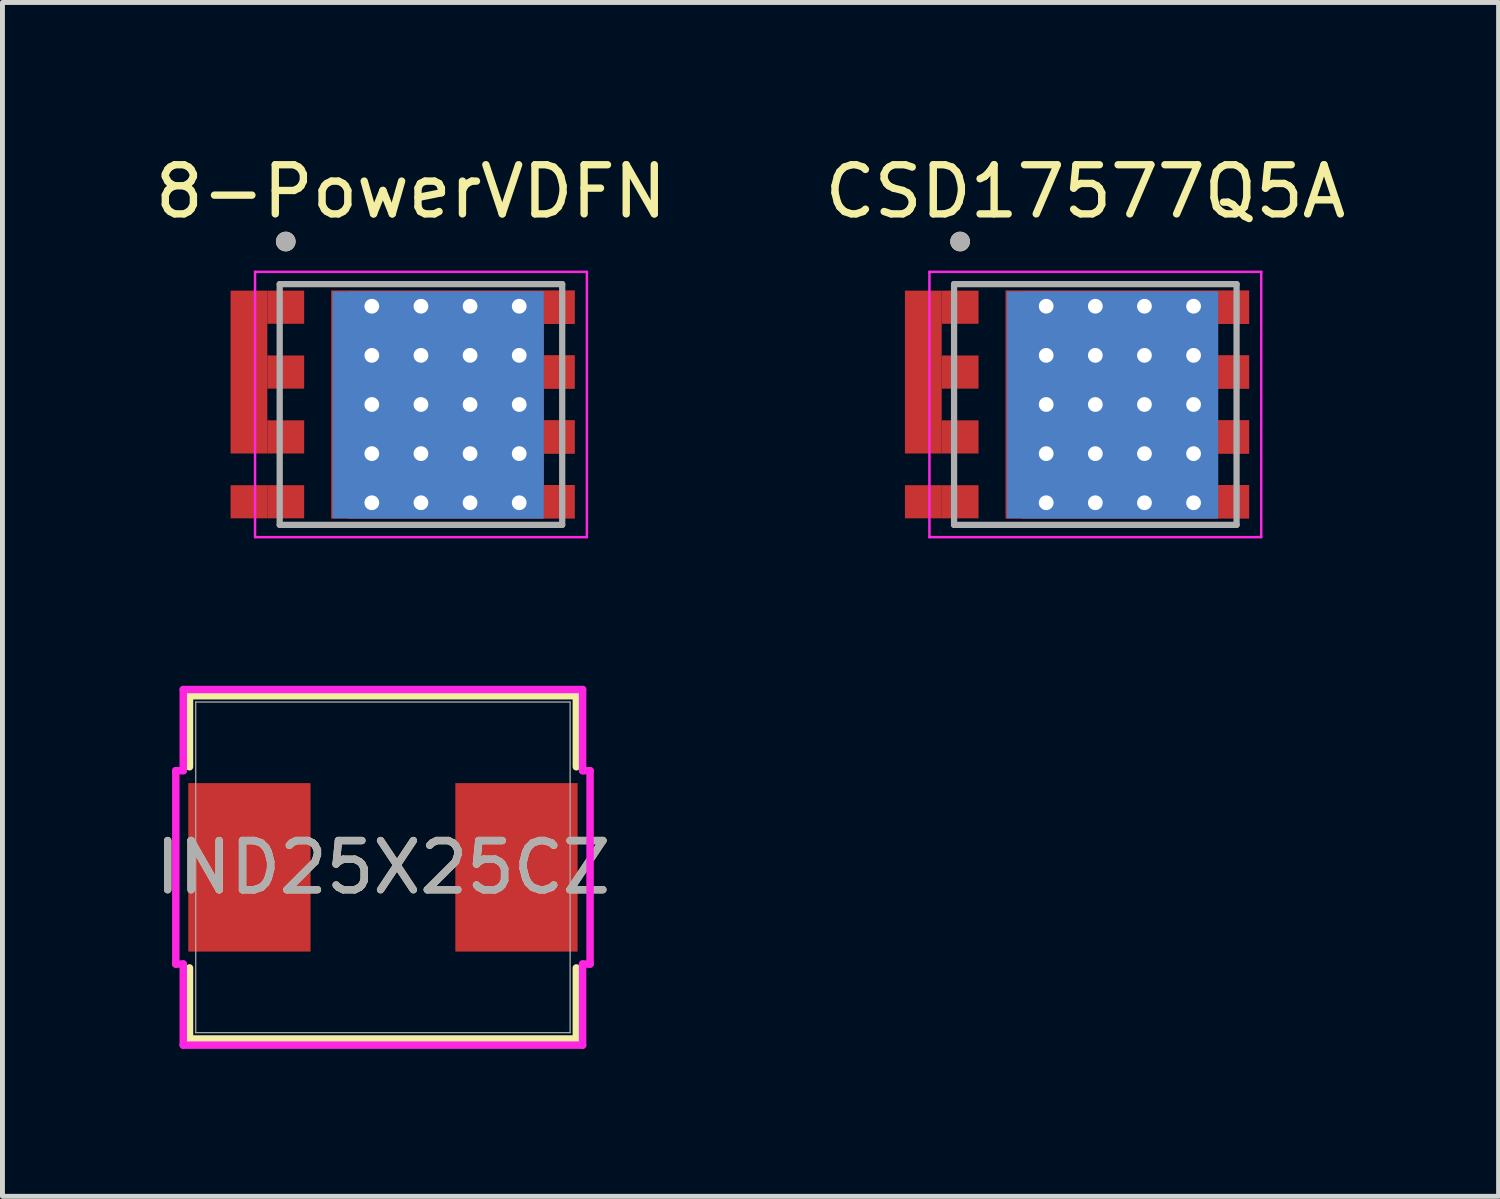
<source format=kicad_pcb>
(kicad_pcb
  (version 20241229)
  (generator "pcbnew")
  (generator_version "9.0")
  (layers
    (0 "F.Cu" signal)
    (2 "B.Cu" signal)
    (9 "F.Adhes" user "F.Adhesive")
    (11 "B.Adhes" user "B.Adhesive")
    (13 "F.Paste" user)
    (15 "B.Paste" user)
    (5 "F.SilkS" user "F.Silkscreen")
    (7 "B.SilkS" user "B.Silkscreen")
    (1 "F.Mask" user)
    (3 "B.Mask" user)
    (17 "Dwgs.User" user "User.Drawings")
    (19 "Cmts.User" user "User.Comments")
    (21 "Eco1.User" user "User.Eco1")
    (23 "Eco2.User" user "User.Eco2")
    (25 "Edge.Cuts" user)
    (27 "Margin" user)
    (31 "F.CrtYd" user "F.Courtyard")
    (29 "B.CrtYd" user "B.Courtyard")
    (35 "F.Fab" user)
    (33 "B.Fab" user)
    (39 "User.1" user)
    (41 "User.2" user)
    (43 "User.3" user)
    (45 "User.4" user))
  (footprint "8-PowerVDFN"
    (layer "F.Cu")
    (at 5.518 5.183)
    (property "Reference" "8-PowerVDFN" (at -0.203 -4.335 0) (layer "F.SilkS") (effects (font (size 1 1) (thickness 0.15))))
    (attr smd)
    (fp_poly (pts (xy -1.923 -2.417) (xy -1.923 2.417) (xy 3.228 2.417) (xy 3.228 1.542) (xy 2.572 1.542) (xy 2.572 1.097) (xy 3.228 1.097) (xy 3.228 0.223) (xy 2.572 0.223) (xy 2.572 -0.223) (xy 3.228 -0.223) (xy 3.228 -1.097) (xy 2.572 -1.097) (xy 2.572 -1.542) (xy 3.228 -1.542) (xy 3.228 -2.417)) (stroke (width 0.01) (type solid)) (fill yes) (layer "F.Mask"))
    (fp_circle (center -2.752 -3.317) (end -2.652 -3.317) (stroke (width 0.2) (type solid)) (fill no) (layer "F.SilkS"))
    (fp_poly (pts (xy -1.28 -1.775) (xy 0.05 -1.775) (xy 0.05 -0.275) (xy -1.28 -0.275)) (stroke (width 0.01) (type solid)) (fill yes) (layer "F.Paste"))
    (fp_poly (pts (xy -1.28 0.275) (xy 0.05 0.275) (xy 0.05 1.775) (xy -1.28 1.775)) (stroke (width 0.01) (type solid)) (fill yes) (layer "F.Paste"))
    (fp_poly (pts (xy 0.6 -1.775) (xy 1.93 -1.775) (xy 1.93 -0.275) (xy 0.6 -0.275)) (stroke (width 0.01) (type solid)) (fill yes) (layer "F.Paste"))
    (fp_poly (pts (xy 0.6 0.275) (xy 1.93 0.275) (xy 1.93 1.775) (xy 0.6 1.775)) (stroke (width 0.01) (type solid)) (fill yes) (layer "F.Paste"))
    (fp_poly (pts (xy 2.478 -2.317) (xy 3.127 -2.317) (xy 3.127 -1.643) (xy 2.478 -1.643)) (stroke (width 0.01) (type solid)) (fill yes) (layer "F.Paste"))
    (fp_poly (pts (xy 2.478 -0.998) (xy 3.127 -0.998) (xy 3.127 -0.323) (xy 2.478 -0.323)) (stroke (width 0.01) (type solid)) (fill yes) (layer "F.Paste"))
    (fp_poly (pts (xy 2.478 0.323) (xy 3.127 0.323) (xy 3.127 0.998) (xy 2.478 0.998)) (stroke (width 0.01) (type solid)) (fill yes) (layer "F.Paste"))
    (fp_poly (pts (xy 2.48 1.643) (xy 3.127 1.643) (xy 3.127 2.317) (xy 2.48 2.317)) (stroke (width 0.01) (type solid)) (fill yes) (layer "F.Paste"))
    (fp_line (start -3.377 -2.7) (end -3.377 2.7) (stroke (width 0.05) (type solid)) (layer "F.CrtYd"))
    (fp_line (start -3.377 2.7) (end 3.377 2.7) (stroke (width 0.05) (type solid)) (layer "F.CrtYd"))
    (fp_line (start 3.377 -2.7) (end -3.377 -2.7) (stroke (width 0.05) (type solid)) (layer "F.CrtYd"))
    (fp_line (start 3.377 2.7) (end 3.377 -2.7) (stroke (width 0.05) (type solid)) (layer "F.CrtYd"))
    (fp_line (start -2.875 -2.45) (end -2.875 2.45) (stroke (width 0.127) (type solid)) (layer "F.Fab"))
    (fp_line (start -2.875 2.45) (end 2.875 2.45) (stroke (width 0.127) (type solid)) (layer "F.Fab"))
    (fp_line (start 2.875 -2.45) (end -2.875 -2.45) (stroke (width 0.127) (type solid)) (layer "F.Fab"))
    (fp_line (start 2.875 2.45) (end 2.875 -2.45) (stroke (width 0.127) (type solid)) (layer "F.Fab"))
    (fp_circle (center -2.752 -3.317) (end -2.652 -3.317) (stroke (width 0.2) (type solid)) (fill no) (layer "F.Fab"))
    (pad "1" smd custom (at -3.501 -0.66) (size 0.748 3.315) (layers "F.Cu" "F.Paste") (options (anchor rect)) (primitives))
    (pad "1" smd custom (at -2.752 -1.98) (size 0.75 0.675) (layers "F.Cu" "F.Mask" "F.Paste") (options (anchor rect)) (primitives))
    (pad "1" smd custom (at -2.752 -0.66) (size 0.75 0.675) (layers "F.Cu" "F.Mask" "F.Paste") (options (anchor rect)) (primitives))
    (pad "1" smd custom (at -2.752 0.66) (size 0.75 0.675) (layers "F.Cu" "F.Mask" "F.Paste") (options (anchor rect)) (primitives))
    (pad "4" smd rect (at -3.5 1.98) (size 0.75 0.675) (layers "F.Cu" "F.Paste"))
    (pad "4" smd rect (at -2.752 1.98) (size 0.75 0.675) (layers "F.Cu" "F.Mask" "F.Paste"))
    (pad "5" thru_hole rect (at -1 -2) (size 1 0.8) (drill 0.3 (offset 0 0.1)) (property pad_prop_heatsink) (layers "*.Cu"))
    (pad "5" thru_hole rect (at -1 -1) (size 1 1) (drill 0.3) (property pad_prop_heatsink) (layers "*.Cu"))
    (pad "5" thru_hole rect (at -1 0) (size 1 1) (drill 0.3) (property pad_prop_heatsink) (layers "*.Cu"))
    (pad "5" thru_hole rect (at -1 1) (size 1 1) (drill 0.3) (property pad_prop_heatsink) (layers "*.Cu"))
    (pad "5" thru_hole rect (at -1 2) (size 1 0.818) (drill 0.3 (offset 0 -0.091)) (property pad_prop_heatsink) (layers "*.Cu"))
    (pad "5" thru_hole rect (at 0 -2) (size 1 0.8) (drill 0.3 (offset 0 0.1)) (property pad_prop_heatsink) (layers "*.Cu"))
    (pad "5" thru_hole rect (at 0 -1) (size 1 1) (drill 0.3) (property pad_prop_heatsink) (layers "*.Cu"))
    (pad "5" smd custom (at 0 0) (size 0.75 0.675) (layers "F.Cu") (options (anchor rect)) (primitives (gr_poly (pts (xy 3.127 -2.317) (xy -1.823 -2.317) (xy -1.823 2.317) (xy 3.127 2.317) (xy 3.127 1.643) (xy 2.473 1.643) (xy 2.473 0.998) (xy 3.127 0.998) (xy 3.127 0.323) (xy 2.473 0.323) (xy 2.473 -0.323) (xy 3.127 -0.323) (xy 3.127 -0.998) (xy 2.473 -0.998) (xy 2.473 -1.643) (xy 3.127 -1.643)) (width 0.01) (fill yes))))
    (pad "5" thru_hole rect (at 0 0) (size 1 1) (drill 0.3) (property pad_prop_heatsink) (layers "*.Cu"))
    (pad "5" thru_hole rect (at 0 1) (size 1 1) (drill 0.3) (property pad_prop_heatsink) (layers "*.Cu"))
    (pad "5" thru_hole rect (at 0 2) (size 1 0.818) (drill 0.3 (offset 0 -0.091)) (property pad_prop_heatsink) (layers "*.Cu"))
    (pad "5" smd rect (at 0.34 0.009) (size 4.28 4.617) (property pad_prop_heatsink) (layers "B.Cu" "B.Mask"))
    (pad "5" thru_hole rect (at 1 -2) (size 1 0.8) (drill 0.3 (offset 0 0.1)) (property pad_prop_heatsink) (layers "*.Cu"))
    (pad "5" thru_hole rect (at 1 -1) (size 1 1) (drill 0.3) (property pad_prop_heatsink) (layers "*.Cu"))
    (pad "5" thru_hole rect (at 1 0) (size 1 1) (drill 0.3) (property pad_prop_heatsink) (layers "*.Cu"))
    (pad "5" thru_hole rect (at 1 1) (size 1 1) (drill 0.3) (property pad_prop_heatsink) (layers "*.Cu"))
    (pad "5" thru_hole rect (at 1 2) (size 1 0.818) (drill 0.3 (offset 0 -0.091)) (property pad_prop_heatsink) (layers "*.Cu"))
    (pad "5" thru_hole rect (at 2 -2) (size 1 0.8) (drill 0.3 (offset 0 0.1)) (property pad_prop_heatsink) (layers "*.Cu"))
    (pad "5" thru_hole rect (at 2 -1) (size 1 1) (drill 0.3) (property pad_prop_heatsink) (layers "*.Cu"))
    (pad "5" thru_hole rect (at 2 0) (size 1 1) (drill 0.3) (property pad_prop_heatsink) (layers "*.Cu"))
    (pad "5" thru_hole rect (at 2 1) (size 1 1) (drill 0.3) (property pad_prop_heatsink) (layers "*.Cu"))
    (pad "5" thru_hole rect (at 2 2) (size 1 0.818) (drill 0.3 (offset 0 -0.091)) (property pad_prop_heatsink) (layers "*.Cu")))
  (footprint "CSD17577Q5A"
    (layer "F.Cu")
    (at 19.244 5.183)
    (property "Reference" "CSD17577Q5A" (at -0.203 -4.335 0) (layer "F.SilkS") (effects (font (size 1 1) (thickness 0.15))))
    (attr smd)
    (fp_poly (pts (xy -1.923 -2.417) (xy -1.923 2.417) (xy 3.228 2.417) (xy 3.228 1.542) (xy 2.572 1.542) (xy 2.572 1.097) (xy 3.228 1.097) (xy 3.228 0.223) (xy 2.572 0.223) (xy 2.572 -0.223) (xy 3.228 -0.223) (xy 3.228 -1.097) (xy 2.572 -1.097) (xy 2.572 -1.542) (xy 3.228 -1.542) (xy 3.228 -2.417)) (stroke (width 0.01) (type solid)) (fill yes) (layer "F.Mask"))
    (fp_circle (center -2.752 -3.317) (end -2.652 -3.317) (stroke (width 0.2) (type solid)) (fill no) (layer "F.SilkS"))
    (fp_poly (pts (xy -1.28 -1.775) (xy 0.05 -1.775) (xy 0.05 -0.275) (xy -1.28 -0.275)) (stroke (width 0.01) (type solid)) (fill yes) (layer "F.Paste"))
    (fp_poly (pts (xy -1.28 0.275) (xy 0.05 0.275) (xy 0.05 1.775) (xy -1.28 1.775)) (stroke (width 0.01) (type solid)) (fill yes) (layer "F.Paste"))
    (fp_poly (pts (xy 0.6 -1.775) (xy 1.93 -1.775) (xy 1.93 -0.275) (xy 0.6 -0.275)) (stroke (width 0.01) (type solid)) (fill yes) (layer "F.Paste"))
    (fp_poly (pts (xy 0.6 0.275) (xy 1.93 0.275) (xy 1.93 1.775) (xy 0.6 1.775)) (stroke (width 0.01) (type solid)) (fill yes) (layer "F.Paste"))
    (fp_poly (pts (xy 2.478 -2.317) (xy 3.127 -2.317) (xy 3.127 -1.643) (xy 2.478 -1.643)) (stroke (width 0.01) (type solid)) (fill yes) (layer "F.Paste"))
    (fp_poly (pts (xy 2.478 -0.998) (xy 3.127 -0.998) (xy 3.127 -0.323) (xy 2.478 -0.323)) (stroke (width 0.01) (type solid)) (fill yes) (layer "F.Paste"))
    (fp_poly (pts (xy 2.478 0.323) (xy 3.127 0.323) (xy 3.127 0.998) (xy 2.478 0.998)) (stroke (width 0.01) (type solid)) (fill yes) (layer "F.Paste"))
    (fp_poly (pts (xy 2.48 1.643) (xy 3.127 1.643) (xy 3.127 2.317) (xy 2.48 2.317)) (stroke (width 0.01) (type solid)) (fill yes) (layer "F.Paste"))
    (fp_line (start -3.377 -2.7) (end -3.377 2.7) (stroke (width 0.05) (type solid)) (layer "F.CrtYd"))
    (fp_line (start -3.377 2.7) (end 3.377 2.7) (stroke (width 0.05) (type solid)) (layer "F.CrtYd"))
    (fp_line (start 3.377 -2.7) (end -3.377 -2.7) (stroke (width 0.05) (type solid)) (layer "F.CrtYd"))
    (fp_line (start 3.377 2.7) (end 3.377 -2.7) (stroke (width 0.05) (type solid)) (layer "F.CrtYd"))
    (fp_line (start -2.875 -2.45) (end -2.875 2.45) (stroke (width 0.127) (type solid)) (layer "F.Fab"))
    (fp_line (start -2.875 2.45) (end 2.875 2.45) (stroke (width 0.127) (type solid)) (layer "F.Fab"))
    (fp_line (start 2.875 -2.45) (end -2.875 -2.45) (stroke (width 0.127) (type solid)) (layer "F.Fab"))
    (fp_line (start 2.875 2.45) (end 2.875 -2.45) (stroke (width 0.127) (type solid)) (layer "F.Fab"))
    (fp_circle (center -2.752 -3.317) (end -2.652 -3.317) (stroke (width 0.2) (type solid)) (fill no) (layer "F.Fab"))
    (pad "1" smd custom (at -3.501 -0.66) (size 0.748 3.315) (layers "F.Cu" "F.Paste") (options (anchor rect)) (primitives))
    (pad "1" smd custom (at -2.752 -1.98) (size 0.75 0.675) (layers "F.Cu" "F.Mask" "F.Paste") (options (anchor rect)) (primitives))
    (pad "1" smd custom (at -2.752 -0.66) (size 0.75 0.675) (layers "F.Cu" "F.Mask" "F.Paste") (options (anchor rect)) (primitives))
    (pad "1" smd custom (at -2.752 0.66) (size 0.75 0.675) (layers "F.Cu" "F.Mask" "F.Paste") (options (anchor rect)) (primitives))
    (pad "4" smd rect (at -3.5 1.98) (size 0.75 0.675) (layers "F.Cu" "F.Paste"))
    (pad "4" smd rect (at -2.752 1.98) (size 0.75 0.675) (layers "F.Cu" "F.Mask" "F.Paste"))
    (pad "5" thru_hole rect (at -1 -2) (size 1 0.8) (drill 0.3 (offset 0 0.1)) (property pad_prop_heatsink) (layers "*.Cu"))
    (pad "5" thru_hole rect (at -1 -1) (size 1 1) (drill 0.3) (property pad_prop_heatsink) (layers "*.Cu"))
    (pad "5" thru_hole rect (at -1 0) (size 1 1) (drill 0.3) (property pad_prop_heatsink) (layers "*.Cu"))
    (pad "5" thru_hole rect (at -1 1) (size 1 1) (drill 0.3) (property pad_prop_heatsink) (layers "*.Cu"))
    (pad "5" thru_hole rect (at -1 2) (size 1 0.818) (drill 0.3 (offset 0 -0.091)) (property pad_prop_heatsink) (layers "*.Cu"))
    (pad "5" thru_hole rect (at 0 -2) (size 1 0.8) (drill 0.3 (offset 0 0.1)) (property pad_prop_heatsink) (layers "*.Cu"))
    (pad "5" thru_hole rect (at 0 -1) (size 1 1) (drill 0.3) (property pad_prop_heatsink) (layers "*.Cu"))
    (pad "5" smd custom (at 0 0) (size 0.75 0.675) (layers "F.Cu") (options (anchor rect)) (primitives (gr_poly (pts (xy 3.127 -2.317) (xy -1.823 -2.317) (xy -1.823 2.317) (xy 3.127 2.317) (xy 3.127 1.643) (xy 2.473 1.643) (xy 2.473 0.998) (xy 3.127 0.998) (xy 3.127 0.323) (xy 2.473 0.323) (xy 2.473 -0.323) (xy 3.127 -0.323) (xy 3.127 -0.998) (xy 2.473 -0.998) (xy 2.473 -1.643) (xy 3.127 -1.643)) (width 0.01) (fill yes))))
    (pad "5" thru_hole rect (at 0 0) (size 1 1) (drill 0.3) (property pad_prop_heatsink) (layers "*.Cu"))
    (pad "5" thru_hole rect (at 0 1) (size 1 1) (drill 0.3) (property pad_prop_heatsink) (layers "*.Cu"))
    (pad "5" thru_hole rect (at 0 2) (size 1 0.818) (drill 0.3 (offset 0 -0.091)) (property pad_prop_heatsink) (layers "*.Cu"))
    (pad "5" smd rect (at 0.34 0.009) (size 4.28 4.617) (property pad_prop_heatsink) (layers "B.Cu" "B.Mask"))
    (pad "5" thru_hole rect (at 1 -2) (size 1 0.8) (drill 0.3 (offset 0 0.1)) (property pad_prop_heatsink) (layers "*.Cu"))
    (pad "5" thru_hole rect (at 1 -1) (size 1 1) (drill 0.3) (property pad_prop_heatsink) (layers "*.Cu"))
    (pad "5" thru_hole rect (at 1 0) (size 1 1) (drill 0.3) (property pad_prop_heatsink) (layers "*.Cu"))
    (pad "5" thru_hole rect (at 1 1) (size 1 1) (drill 0.3) (property pad_prop_heatsink) (layers "*.Cu"))
    (pad "5" thru_hole rect (at 1 2) (size 1 0.818) (drill 0.3 (offset 0 -0.091)) (property pad_prop_heatsink) (layers "*.Cu"))
    (pad "5" thru_hole rect (at 2 -2) (size 1 0.8) (drill 0.3 (offset 0 0.1)) (property pad_prop_heatsink) (layers "*.Cu"))
    (pad "5" thru_hole rect (at 2 -1) (size 1 1) (drill 0.3) (property pad_prop_heatsink) (layers "*.Cu"))
    (pad "5" thru_hole rect (at 2 0) (size 1 1) (drill 0.3) (property pad_prop_heatsink) (layers "*.Cu"))
    (pad "5" thru_hole rect (at 2 1) (size 1 1) (drill 0.3) (property pad_prop_heatsink) (layers "*.Cu"))
    (pad "5" thru_hole rect (at 2 2) (size 1 0.818) (drill 0.3 (offset 0 -0.091)) (property pad_prop_heatsink) (layers "*.Cu")))
  (footprint "IND25X25CZ"
    (layer "F.Cu")
    (at 4.744 14.604)
    (property "Reference" "IND25X25CZ" (at 0 0 0) (unlocked yes) (layer "F.SilkS") (effects (font (size 1 1) (thickness 0.15))))
    (attr smd)
    (fp_line (start -3.937 -3.493) (end -3.937 -2.047) (stroke (width 0.152) (type solid)) (layer "F.SilkS"))
    (fp_line (start -3.937 2.047) (end -3.937 3.493) (stroke (width 0.152) (type solid)) (layer "F.SilkS"))
    (fp_line (start -3.937 3.493) (end 3.937 3.493) (stroke (width 0.152) (type solid)) (layer "F.SilkS"))
    (fp_line (start 3.937 -3.493) (end -3.937 -3.493) (stroke (width 0.152) (type solid)) (layer "F.SilkS"))
    (fp_line (start 3.937 -2.047) (end 3.937 -3.493) (stroke (width 0.152) (type solid)) (layer "F.SilkS"))
    (fp_line (start 3.937 3.493) (end 3.937 2.047) (stroke (width 0.152) (type solid)) (layer "F.SilkS"))
    (fp_line (start -4.216 -1.968) (end -4.064 -1.968) (stroke (width 0.152) (type solid)) (layer "F.CrtYd"))
    (fp_line (start -4.216 1.968) (end -4.216 -1.968) (stroke (width 0.152) (type solid)) (layer "F.CrtYd"))
    (fp_line (start -4.064 -3.619) (end 4.064 -3.619) (stroke (width 0.152) (type solid)) (layer "F.CrtYd"))
    (fp_line (start -4.064 -1.968) (end -4.064 -3.619) (stroke (width 0.152) (type solid)) (layer "F.CrtYd"))
    (fp_line (start -4.064 1.968) (end -4.216 1.968) (stroke (width 0.152) (type solid)) (layer "F.CrtYd"))
    (fp_line (start -4.064 1.968) (end -4.064 3.619) (stroke (width 0.152) (type solid)) (layer "F.CrtYd"))
    (fp_line (start -4.064 3.619) (end 4.064 3.619) (stroke (width 0.152) (type solid)) (layer "F.CrtYd"))
    (fp_line (start 4.064 -3.619) (end 4.064 -1.968) (stroke (width 0.152) (type solid)) (layer "F.CrtYd"))
    (fp_line (start 4.064 -1.968) (end 4.216 -1.968) (stroke (width 0.152) (type solid)) (layer "F.CrtYd"))
    (fp_line (start 4.064 1.968) (end 4.216 1.968) (stroke (width 0.152) (type solid)) (layer "F.CrtYd"))
    (fp_line (start 4.064 3.619) (end 4.064 1.968) (stroke (width 0.152) (type solid)) (layer "F.CrtYd"))
    (fp_line (start 4.216 -1.968) (end 4.216 1.968) (stroke (width 0.152) (type solid)) (layer "F.CrtYd"))
    (fp_line (start -3.81 -3.365) (end -3.81 3.365) (stroke (width 0.025) (type solid)) (layer "F.Fab"))
    (fp_line (start -3.81 3.365) (end 3.81 3.365) (stroke (width 0.025) (type solid)) (layer "F.Fab"))
    (fp_line (start 3.81 -3.365) (end -3.81 -3.365) (stroke (width 0.025) (type solid)) (layer "F.Fab"))
    (fp_line (start 3.81 3.365) (end 3.81 -3.365) (stroke (width 0.025) (type solid)) (layer "F.Fab"))
    (fp_text user "${REFERENCE}" (at 0 0 0) (unlocked yes) (layer "F.Fab") (effects (font (size 1 1) (thickness 0.15))))
    (pad "1" smd rect (at -2.718 0 90) (size 3.429 2.489) (layers "F.Cu" "F.Mask" "F.Paste"))
    (pad "2" smd rect (at 2.718 0 90) (size 3.429 2.489) (layers "F.Cu" "F.Mask" "F.Paste")))
  (gr_rect
    (start -3 -3)
    (end 27.452 21.3)
    (stroke (width 0.1) (type default))
    (fill no)
    (layer "Edge.Cuts")))
</source>
